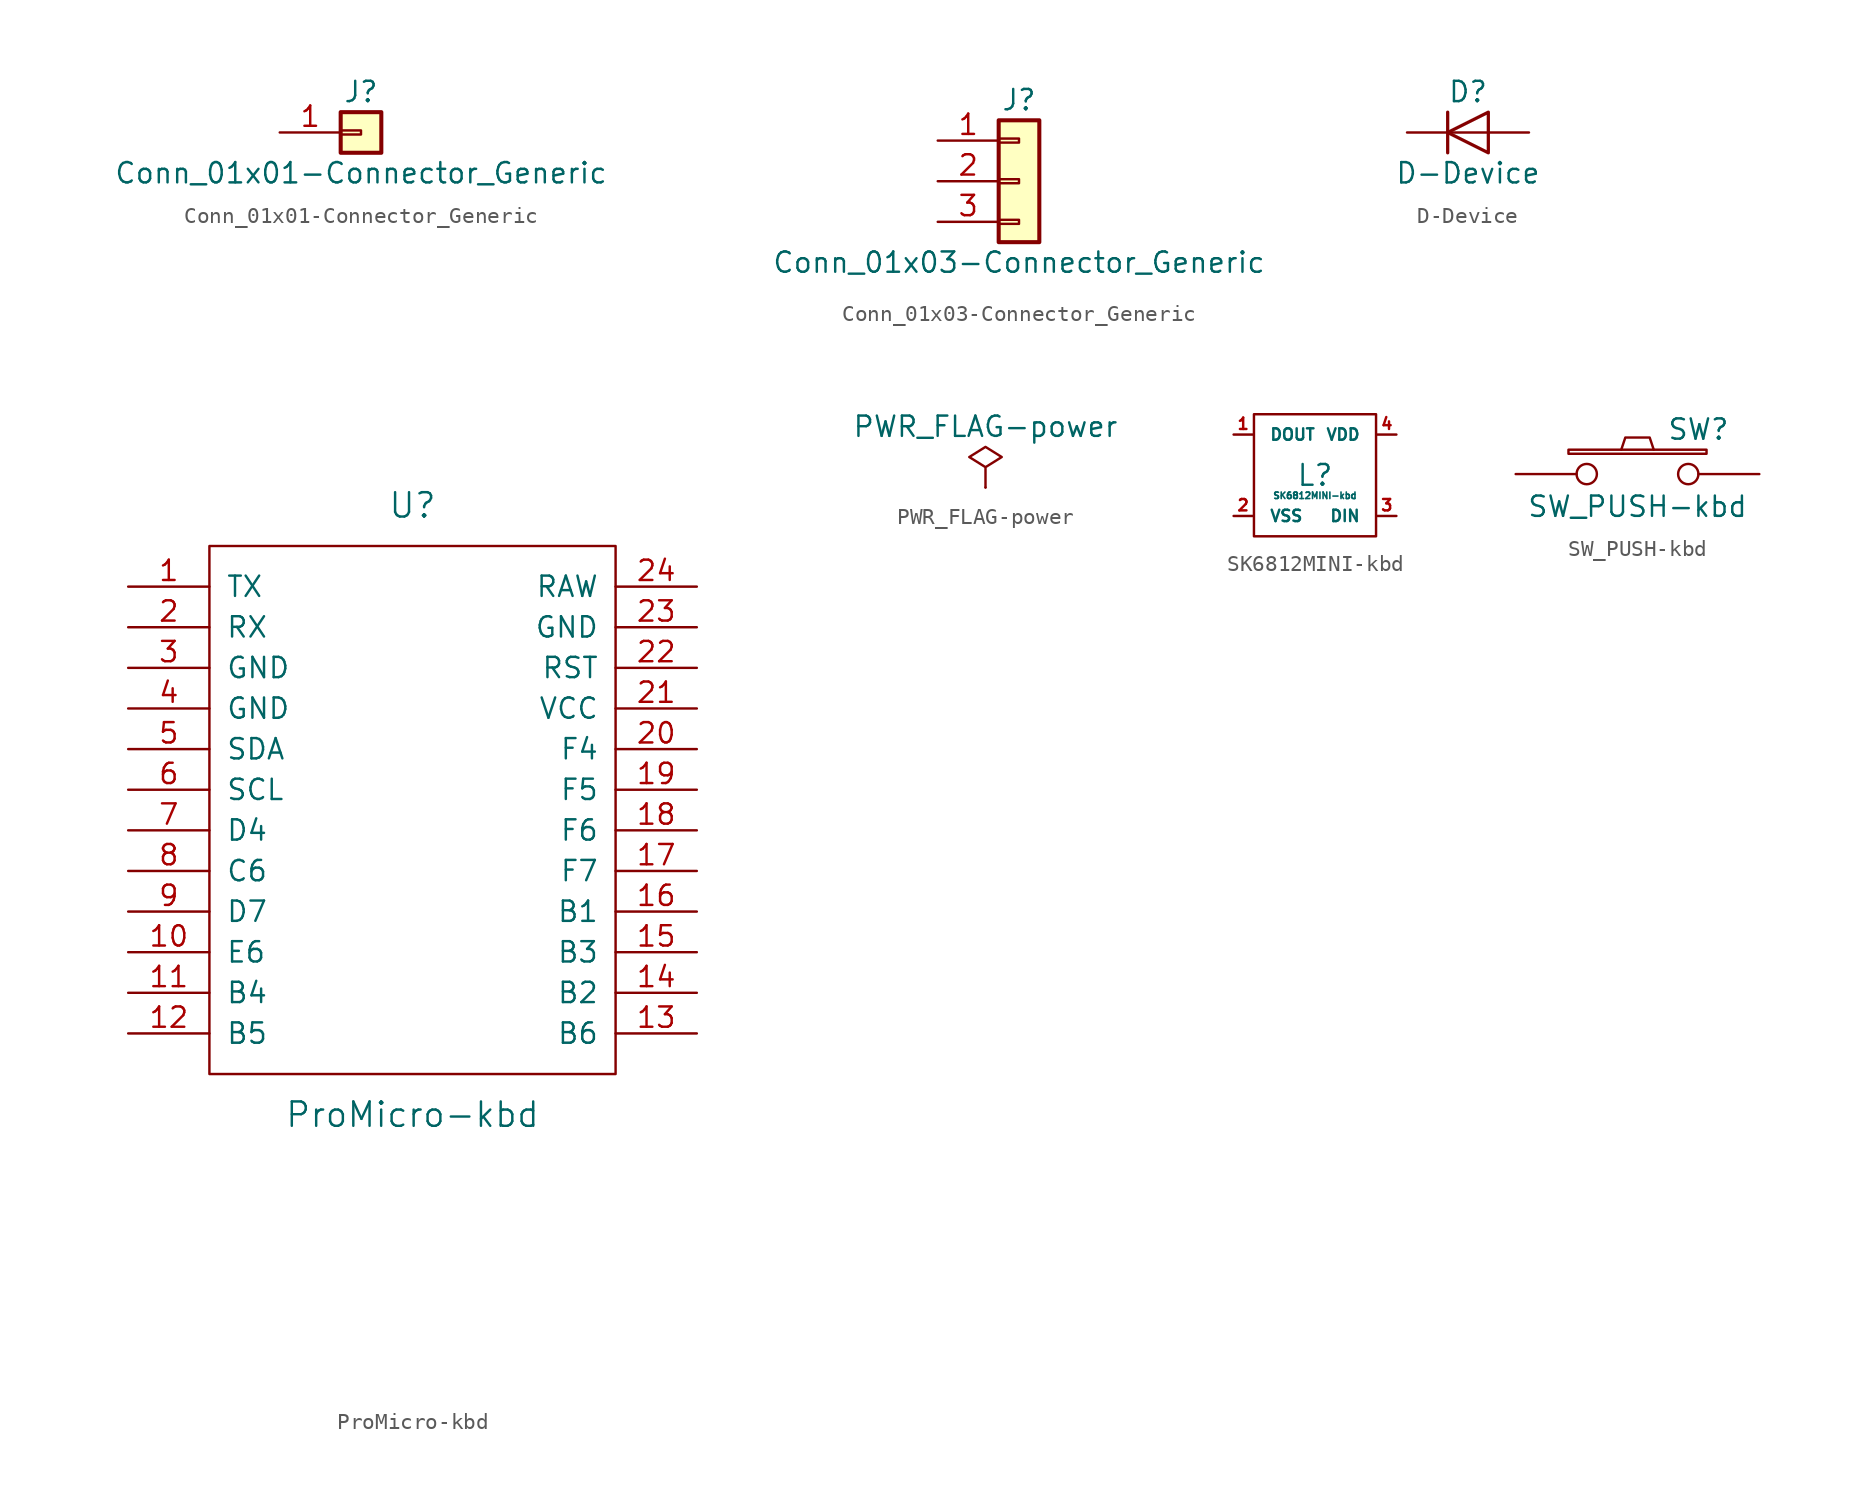
<source format=kicad_sym>
(kicad_symbol_lib
  (version 20211014)
  (generator kicad_symbol_editor)
  (symbol "Conn_01x01-Connector_Generic"
    (pin_names
      (offset 1.016) hide)
    (property "Reference" "J"
      (at 0 2.54 0)
      (effects (font (size 1.27 1.27))))
    (property "Value" "Conn_01x01-Connector_Generic"
      (at 0 -2.54 0)
      (effects (font (size 1.27 1.27))))
    (symbol "Conn_01x01-Connector_Generic_1_1"
      (rectangle (start -1.27 0.127) (end 0 -0.127) (stroke (width 0.152) (type default) (color 0 0 0 0)) (fill (type none)))
      (rectangle (start -1.27 1.27) (end 1.27 -1.27) (stroke (width 0.254) (type default) (color 0 0 0 0)) (fill (type background)))
      (pin passive line (at -5.08 0 0) (length 3.81) (name "Pin_1" (effects (font (size 1.27 1.27)))) (number "1" (effects (font (size 1.27 1.27)))))))
  (symbol "Conn_01x03-Connector_Generic"
    (pin_names
      (offset 1.016) hide)
    (property "Reference" "J"
      (at 0 5.08 0)
      (effects (font (size 1.27 1.27))))
    (property "Value" "Conn_01x03-Connector_Generic"
      (at 0 -5.08 0)
      (effects (font (size 1.27 1.27))))
    (symbol "Conn_01x03-Connector_Generic_1_1"
      (rectangle (start -1.27 -2.413) (end 0 -2.667) (stroke (width 0.152) (type default) (color 0 0 0 0)) (fill (type none)))
      (rectangle (start -1.27 0.127) (end 0 -0.127) (stroke (width 0.152) (type default) (color 0 0 0 0)) (fill (type none)))
      (rectangle (start -1.27 2.667) (end 0 2.413) (stroke (width 0.152) (type default) (color 0 0 0 0)) (fill (type none)))
      (rectangle (start -1.27 3.81) (end 1.27 -3.81) (stroke (width 0.254) (type default) (color 0 0 0 0)) (fill (type background)))
      (pin passive line (at -5.08 2.54 0) (length 3.81) (name "Pin_1" (effects (font (size 1.27 1.27)))) (number "1" (effects (font (size 1.27 1.27)))))
      (pin passive line (at -5.08 0 0) (length 3.81) (name "Pin_2" (effects (font (size 1.27 1.27)))) (number "2" (effects (font (size 1.27 1.27)))))
      (pin passive line (at -5.08 -2.54 0) (length 3.81) (name "Pin_3" (effects (font (size 1.27 1.27)))) (number "3" (effects (font (size 1.27 1.27)))))))
  (symbol "D-Device"
    (pin_numbers hide)
    (pin_names
      (offset 1.016) hide)
    (property "Reference" "D"
      (at 0 2.54 0)
      (effects (font (size 1.27 1.27))))
    (property "Value" "D-Device"
      (at 0 -2.54 0)
      (effects (font (size 1.27 1.27))))
    (symbol "D-Device_0_1"
      (polyline (pts (xy -1.27 1.27) (xy -1.27 -1.27)) (stroke (width 0.203) (type default) (color 0 0 0 0)) (fill (type none)))
      (polyline (pts (xy 1.27 0) (xy -1.27 0)) (stroke (width 0) (type default) (color 0 0 0 0)) (fill (type none)))
      (polyline (pts (xy 1.27 1.27) (xy 1.27 -1.27) (xy -1.27 0) (xy 1.27 1.27)) (stroke (width 0.203) (type default) (color 0 0 0 0)) (fill (type none))))
    (symbol "D-Device_1_1"
      (pin passive line (at -3.81 0 0) (length 2.54) (name "K" (effects (font (size 1.27 1.27)))) (number "1" (effects (font (size 1.27 1.27)))))
      (pin passive line (at 3.81 0 180) (length 2.54) (name "A" (effects (font (size 1.27 1.27)))) (number "2" (effects (font (size 1.27 1.27)))))))
  (symbol "ProMicro-kbd"
    (pin_names
      (offset 1.016))
    (property "Reference" "U"
      (at 0 24.13 0)
      (effects (font (size 1.524 1.524))))
    (property "Value" "ProMicro-kbd"
      (at 0 -13.97 0)
      (effects (font (size 1.524 1.524))))
    (property "Footprint" ""
      (at 2.54 -26.67 0)
      (effects (font (size 1.524 1.524))))
    (property "Datasheet" ""
      (at 2.54 -26.67 0)
      (effects (font (size 1.524 1.524))))
    (symbol "ProMicro-kbd_0_1"
      (rectangle (start -12.7 21.59) (end 12.7 -11.43) (stroke (width 0) (type default) (color 0 0 0 0)) (fill (type none))))
    (symbol "ProMicro-kbd_1_1"
      (pin bidirectional line (at -17.78 19.05 0) (length 5.08) (name "TX" (effects (font (size 1.27 1.27)))) (number "1" (effects (font (size 1.27 1.27)))))
      (pin bidirectional line (at -17.78 -3.81 0) (length 5.08) (name "E6" (effects (font (size 1.27 1.27)))) (number "10" (effects (font (size 1.27 1.27)))))
      (pin bidirectional line (at -17.78 -6.35 0) (length 5.08) (name "B4" (effects (font (size 1.27 1.27)))) (number "11" (effects (font (size 1.27 1.27)))))
      (pin bidirectional line (at -17.78 -8.89 0) (length 5.08) (name "B5" (effects (font (size 1.27 1.27)))) (number "12" (effects (font (size 1.27 1.27)))))
      (pin bidirectional line (at 17.78 -8.89 180) (length 5.08) (name "B6" (effects (font (size 1.27 1.27)))) (number "13" (effects (font (size 1.27 1.27)))))
      (pin bidirectional line (at 17.78 -6.35 180) (length 5.08) (name "B2" (effects (font (size 1.27 1.27)))) (number "14" (effects (font (size 1.27 1.27)))))
      (pin bidirectional line (at 17.78 -3.81 180) (length 5.08) (name "B3" (effects (font (size 1.27 1.27)))) (number "15" (effects (font (size 1.27 1.27)))))
      (pin bidirectional line (at 17.78 -1.27 180) (length 5.08) (name "B1" (effects (font (size 1.27 1.27)))) (number "16" (effects (font (size 1.27 1.27)))))
      (pin bidirectional line (at 17.78 1.27 180) (length 5.08) (name "F7" (effects (font (size 1.27 1.27)))) (number "17" (effects (font (size 1.27 1.27)))))
      (pin bidirectional line (at 17.78 3.81 180) (length 5.08) (name "F6" (effects (font (size 1.27 1.27)))) (number "18" (effects (font (size 1.27 1.27)))))
      (pin bidirectional line (at 17.78 6.35 180) (length 5.08) (name "F5" (effects (font (size 1.27 1.27)))) (number "19" (effects (font (size 1.27 1.27)))))
      (pin bidirectional line (at -17.78 16.51 0) (length 5.08) (name "RX" (effects (font (size 1.27 1.27)))) (number "2" (effects (font (size 1.27 1.27)))))
      (pin bidirectional line (at 17.78 8.89 180) (length 5.08) (name "F4" (effects (font (size 1.27 1.27)))) (number "20" (effects (font (size 1.27 1.27)))))
      (pin power_in line (at 17.78 11.43 180) (length 5.08) (name "VCC" (effects (font (size 1.27 1.27)))) (number "21" (effects (font (size 1.27 1.27)))))
      (pin input line (at 17.78 13.97 180) (length 5.08) (name "RST" (effects (font (size 1.27 1.27)))) (number "22" (effects (font (size 1.27 1.27)))))
      (pin power_in line (at 17.78 16.51 180) (length 5.08) (name "GND" (effects (font (size 1.27 1.27)))) (number "23" (effects (font (size 1.27 1.27)))))
      (pin power_out line (at 17.78 19.05 180) (length 5.08) (name "RAW" (effects (font (size 1.27 1.27)))) (number "24" (effects (font (size 1.27 1.27)))))
      (pin power_in line (at -17.78 13.97 0) (length 5.08) (name "GND" (effects (font (size 1.27 1.27)))) (number "3" (effects (font (size 1.27 1.27)))))
      (pin power_in line (at -17.78 11.43 0) (length 5.08) (name "GND" (effects (font (size 1.27 1.27)))) (number "4" (effects (font (size 1.27 1.27)))))
      (pin bidirectional line (at -17.78 8.89 0) (length 5.08) (name "SDA" (effects (font (size 1.27 1.27)))) (number "5" (effects (font (size 1.27 1.27)))))
      (pin bidirectional line (at -17.78 6.35 0) (length 5.08) (name "SCL" (effects (font (size 1.27 1.27)))) (number "6" (effects (font (size 1.27 1.27)))))
      (pin bidirectional line (at -17.78 3.81 0) (length 5.08) (name "D4" (effects (font (size 1.27 1.27)))) (number "7" (effects (font (size 1.27 1.27)))))
      (pin bidirectional line (at -17.78 1.27 0) (length 5.08) (name "C6" (effects (font (size 1.27 1.27)))) (number "8" (effects (font (size 1.27 1.27)))))
      (pin bidirectional line (at -17.78 -1.27 0) (length 5.08) (name "D7" (effects (font (size 1.27 1.27)))) (number "9" (effects (font (size 1.27 1.27)))))))
  (symbol "PWR_FLAG-power"
    (power)
    (pin_numbers hide)
    (pin_names
      (offset 0) hide)
    (property "Reference" "#FLG"
      (at 0 1.905 0)
      (effects (font (size 1.27 1.27)) hide))
    (property "Value" "PWR_FLAG-power"
      (at 0 3.81 0)
      (effects (font (size 1.27 1.27))))
    (symbol "PWR_FLAG-power_0_0"
      (pin power_out line (at 0 0 90) (length 0) (name "pwr" (effects (font (size 1.27 1.27)))) (number "1" (effects (font (size 1.27 1.27))))))
    (symbol "PWR_FLAG-power_0_1"
      (polyline (pts (xy 0 0) (xy 0 1.27) (xy -1.016 1.905) (xy 0 2.54) (xy 1.016 1.905) (xy 0 1.27)) (stroke (width 0) (type default) (color 0 0 0 0)) (fill (type none)))))
  (symbol "SK6812MINI-kbd"
    (pin_names
      (offset 1.016))
    (property "Reference" "L"
      (at 0 0 0)
      (effects (font (size 1.295 1.295))))
    (property "Value" "SK6812MINI-kbd"
      (at 0 -1.27 0)
      (effects (font (size 0.406 0.406))))
    (symbol "SK6812MINI-kbd_0_1"
      (rectangle (start -3.81 3.81) (end 3.81 -3.81) (stroke (width 0) (type default) (color 0 0 0 0)) (fill (type none))))
    (symbol "SK6812MINI-kbd_1_1"
      (pin output line (at -5.08 2.54 0) (length 1.194) (name "DOUT" (effects (font (size 0.711 0.711)))) (number "1" (effects (font (size 0.711 0.711)))))
      (pin power_in line (at -5.08 -2.54 0) (length 1.194) (name "VSS" (effects (font (size 0.711 0.711)))) (number "2" (effects (font (size 0.711 0.711)))))
      (pin input line (at 5.08 -2.54 180) (length 1.194) (name "DIN" (effects (font (size 0.711 0.711)))) (number "3" (effects (font (size 0.711 0.711)))))
      (pin power_in line (at 5.08 2.54 180) (length 1.194) (name "VDD" (effects (font (size 0.711 0.711)))) (number "4" (effects (font (size 0.711 0.711)))))))
  (symbol "SW_PUSH-kbd"
    (pin_numbers hide)
    (pin_names
      (offset 1.016) hide)
    (property "Reference" "SW"
      (at 3.81 2.794 0)
      (effects (font (size 1.27 1.27))))
    (property "Value" "SW_PUSH-kbd"
      (at 0 -2.032 0)
      (effects (font (size 1.27 1.27))))
    (property "Footprint" ""
      (at 0 0 0)
      (effects (font (size 1.27 1.27))))
    (property "Datasheet" ""
      (at 0 0 0)
      (effects (font (size 1.27 1.27))))
    (symbol "SW_PUSH-kbd_0_1"
      (rectangle (start -4.318 1.27) (end 4.318 1.524) (stroke (width 0) (type default) (color 0 0 0 0)) (fill (type none)))
      (polyline (pts (xy -1.016 1.524) (xy -0.762 2.286) (xy 0.762 2.286) (xy 1.016 1.524)) (stroke (width 0) (type default) (color 0 0 0 0)) (fill (type none)))
      (pin passive inverted (at -7.62 0 0) (length 5.08) (name "1" (effects (font (size 1.27 1.27)))) (number "1" (effects (font (size 1.27 1.27)))))
      (pin passive inverted (at 7.62 0 180) (length 5.08) (name "2" (effects (font (size 1.27 1.27)))) (number "2" (effects (font (size 1.27 1.27))))))))
</source>
